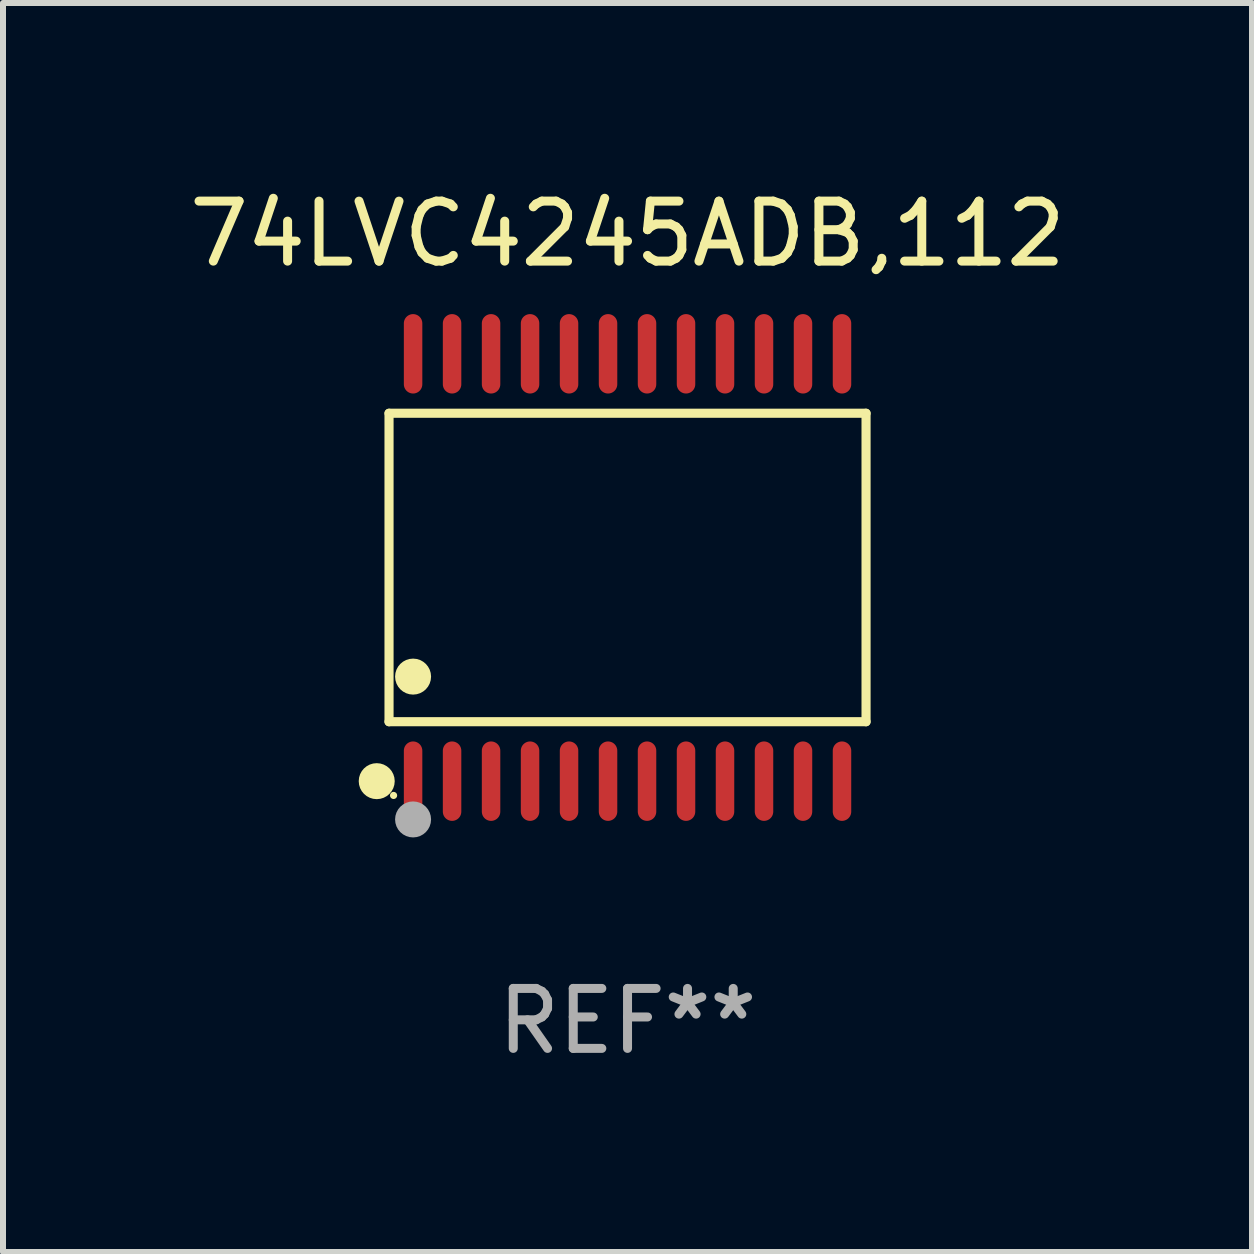
<source format=kicad_pcb>
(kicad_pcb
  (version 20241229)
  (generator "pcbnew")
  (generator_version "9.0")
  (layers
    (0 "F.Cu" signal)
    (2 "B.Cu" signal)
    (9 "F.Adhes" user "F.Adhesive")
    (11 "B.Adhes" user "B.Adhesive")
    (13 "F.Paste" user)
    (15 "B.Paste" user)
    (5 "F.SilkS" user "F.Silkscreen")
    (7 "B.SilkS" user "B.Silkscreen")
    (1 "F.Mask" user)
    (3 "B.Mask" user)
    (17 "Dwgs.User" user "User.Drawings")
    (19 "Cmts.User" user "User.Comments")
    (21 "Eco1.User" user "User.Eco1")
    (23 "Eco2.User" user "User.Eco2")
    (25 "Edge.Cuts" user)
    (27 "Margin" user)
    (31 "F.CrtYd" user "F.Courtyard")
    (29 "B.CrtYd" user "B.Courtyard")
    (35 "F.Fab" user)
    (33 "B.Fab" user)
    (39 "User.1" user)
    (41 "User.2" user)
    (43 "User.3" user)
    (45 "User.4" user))
  (footprint "74LVC4245ADB,112"
    (layer "F.Cu")
    (at 7.411 6.41)
    (property "Reference" "74LVC4245ADB,112" (at 0 -5.562 0) (layer "F.SilkS") (effects (font (size 1 1) (thickness 0.15))))
    (attr through_hole)
    (fp_line (start -3.976 -2.571) (end 3.976 -2.571) (stroke (width 0.152) (type solid)) (layer "F.SilkS"))
    (fp_line (start -3.976 2.571) (end -3.976 -2.571) (stroke (width 0.152) (type solid)) (layer "F.SilkS"))
    (fp_line (start 3.976 -2.571) (end 3.976 2.571) (stroke (width 0.152) (type solid)) (layer "F.SilkS"))
    (fp_line (start 3.976 2.571) (end -3.976 2.571) (stroke (width 0.152) (type solid)) (layer "F.SilkS"))
    (fp_circle (center -4.181 3.562) (end -4.031 3.562) (stroke (width 0.3) (type solid)) (fill no) (layer "F.SilkS"))
    (fp_circle (center -3.9 3.8) (end -3.87 3.8) (stroke (width 0.06) (type solid)) (fill no) (layer "F.SilkS"))
    (fp_circle (center -3.575 1.819) (end -3.425 1.819) (stroke (width 0.3) (type solid)) (fill no) (layer "F.SilkS"))
    (fp_circle (center -3.575 4.2) (end -3.425 4.2) (stroke (width 0.3) (type solid)) (fill no) (layer "F.Fab"))
    (fp_text user "REF**" (at 0 7.562 0) (layer "F.Fab") (effects (font (size 1 1) (thickness 0.15))))
    (pad "1" smd oval (at -3.575 3.562) (size 0.308 1.324) (layers "F.Cu" "F.Mask" "F.Paste"))
    (pad "2" smd oval (at -2.925 3.562) (size 0.308 1.324) (layers "F.Cu" "F.Mask" "F.Paste"))
    (pad "3" smd oval (at -2.275 3.562) (size 0.308 1.324) (layers "F.Cu" "F.Mask" "F.Paste"))
    (pad "4" smd oval (at -1.625 3.562) (size 0.308 1.324) (layers "F.Cu" "F.Mask" "F.Paste"))
    (pad "5" smd oval (at -0.975 3.562) (size 0.308 1.324) (layers "F.Cu" "F.Mask" "F.Paste"))
    (pad "6" smd oval (at -0.325 3.562) (size 0.308 1.324) (layers "F.Cu" "F.Mask" "F.Paste"))
    (pad "7" smd oval (at 0.325 3.562) (size 0.308 1.324) (layers "F.Cu" "F.Mask" "F.Paste"))
    (pad "8" smd oval (at 0.975 3.562) (size 0.308 1.324) (layers "F.Cu" "F.Mask" "F.Paste"))
    (pad "9" smd oval (at 1.625 3.562) (size 0.308 1.324) (layers "F.Cu" "F.Mask" "F.Paste"))
    (pad "10" smd oval (at 2.275 3.562) (size 0.308 1.324) (layers "F.Cu" "F.Mask" "F.Paste"))
    (pad "11" smd oval (at 2.925 3.562) (size 0.308 1.324) (layers "F.Cu" "F.Mask" "F.Paste"))
    (pad "12" smd oval (at 3.575 3.562) (size 0.308 1.324) (layers "F.Cu" "F.Mask" "F.Paste"))
    (pad "13" smd oval (at 3.575 -3.562) (size 0.308 1.324) (layers "F.Cu" "F.Mask" "F.Paste"))
    (pad "14" smd oval (at 2.925 -3.562) (size 0.308 1.324) (layers "F.Cu" "F.Mask" "F.Paste"))
    (pad "15" smd oval (at 2.275 -3.562) (size 0.308 1.324) (layers "F.Cu" "F.Mask" "F.Paste"))
    (pad "16" smd oval (at 1.625 -3.562) (size 0.308 1.324) (layers "F.Cu" "F.Mask" "F.Paste"))
    (pad "17" smd oval (at 0.975 -3.562) (size 0.308 1.324) (layers "F.Cu" "F.Mask" "F.Paste"))
    (pad "18" smd oval (at 0.325 -3.562) (size 0.308 1.324) (layers "F.Cu" "F.Mask" "F.Paste"))
    (pad "19" smd oval (at -0.325 -3.562) (size 0.308 1.324) (layers "F.Cu" "F.Mask" "F.Paste"))
    (pad "20" smd oval (at -0.975 -3.562) (size 0.308 1.324) (layers "F.Cu" "F.Mask" "F.Paste"))
    (pad "21" smd oval (at -1.625 -3.562) (size 0.308 1.324) (layers "F.Cu" "F.Mask" "F.Paste"))
    (pad "22" smd oval (at -2.275 -3.562) (size 0.308 1.324) (layers "F.Cu" "F.Mask" "F.Paste"))
    (pad "23" smd oval (at -2.925 -3.562) (size 0.308 1.324) (layers "F.Cu" "F.Mask" "F.Paste"))
    (pad "24" smd oval (at -3.575 -3.562) (size 0.308 1.324) (layers "F.Cu" "F.Mask" "F.Paste")))
  (gr_rect
    (start -3 -3)
    (end 17.821 17.821)
    (stroke (width 0.1) (type default))
    (fill no)
    (layer "Edge.Cuts")))
</source>
